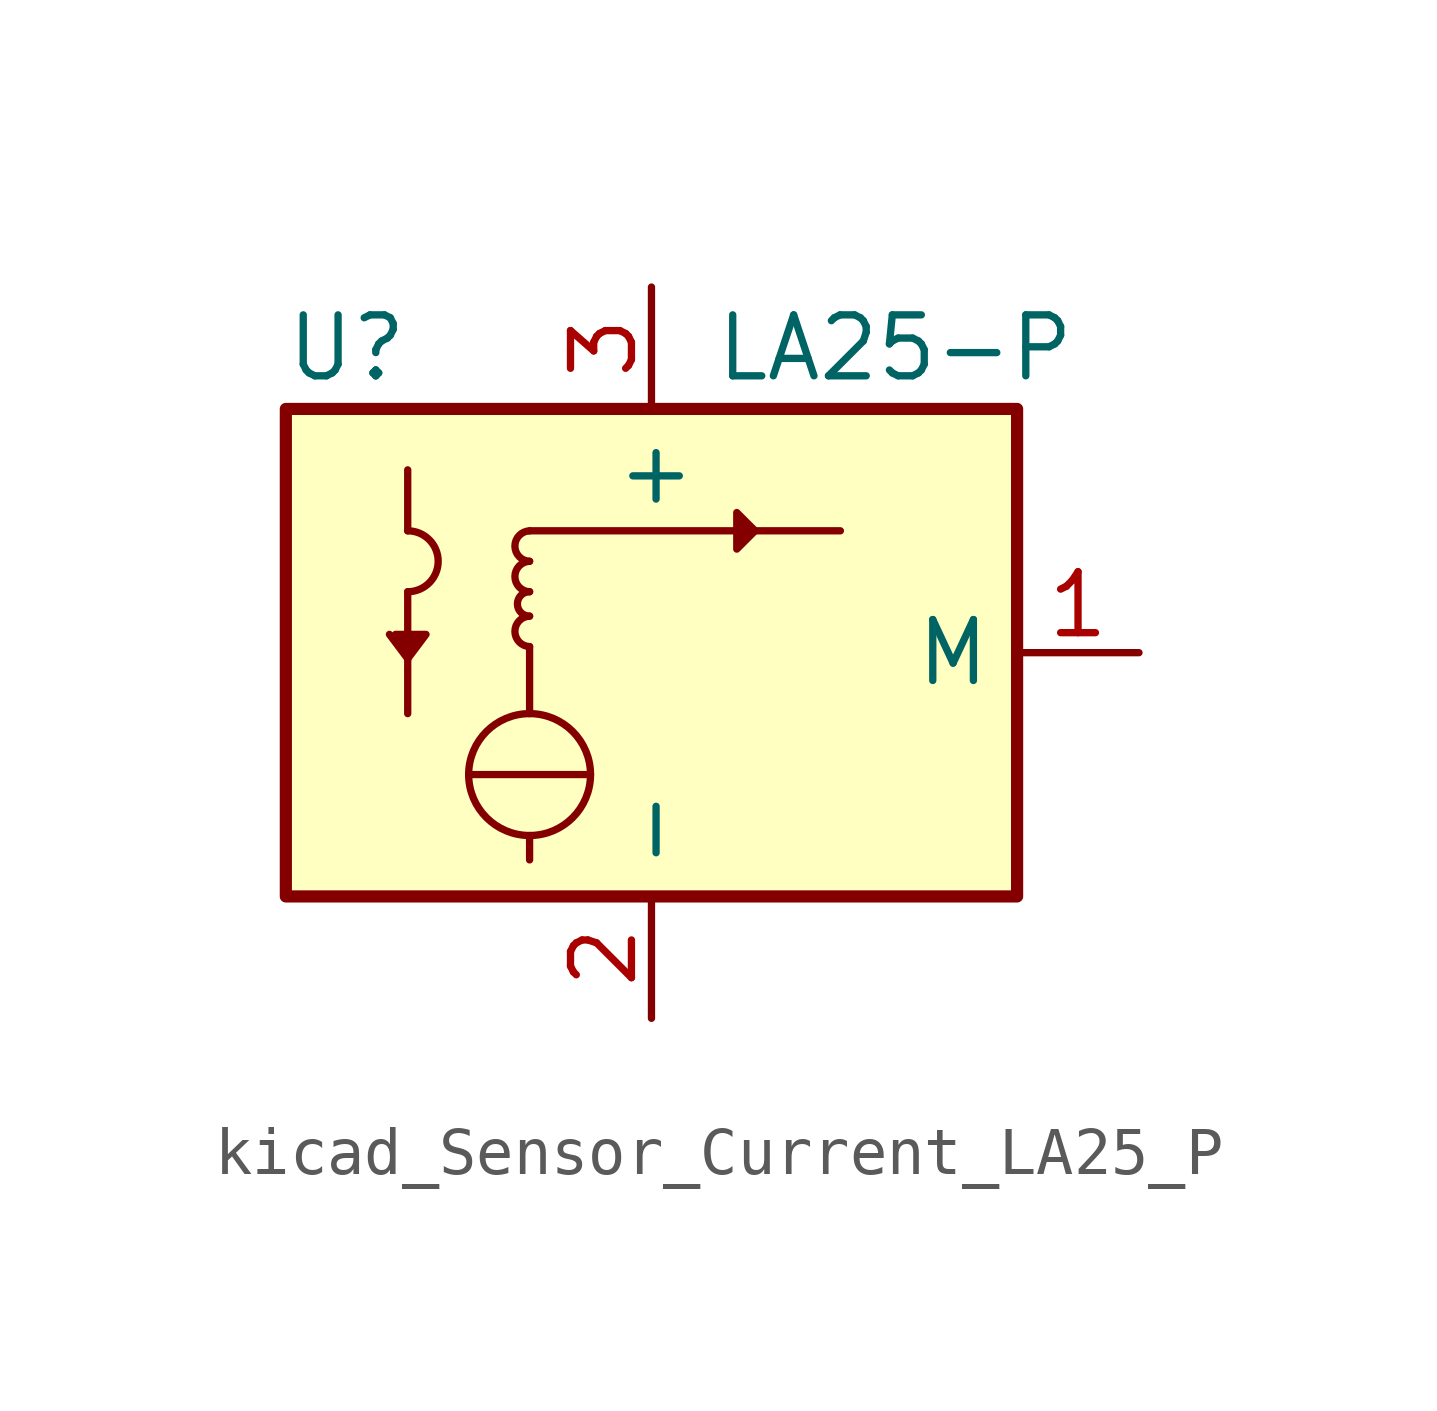
<source format=kicad_sym>
(kicad_symbol_lib
  (version 20220914)
  (generator kicad_symbol_editor)
  (symbol "kicad_Sensor_Current_LA25_P"
    (property "Reference" "U"
      (at -6.35 6.35 0)
      (effects (font (size 1.27 1.27))))
    (property "Value" "LA25-P"
      (at 5.08 6.35 0)
      (effects (font (size 1.27 1.27))))
    (symbol "kicad_Sensor_Current_LA25_P_0_1"
      (arc (start -5.08 1.27) (mid -4.4477 1.905) (end -5.08 2.54) (stroke (width 0) (type default)) (fill (type none)))
      (circle (center -2.54 -2.54) (radius 1.27) (stroke (width 0) (type default)) (fill (type none)))
      (arc (start -2.54 0.762) (mid -2.8448 0.4572) (end -2.54 0.127) (stroke (width 0) (type default)) (fill (type none)))
      (arc (start -2.54 1.27) (mid -2.7929 1.016) (end -2.54 0.762) (stroke (width 0) (type default)) (fill (type none)))
      (arc (start -2.54 1.905) (mid -2.8448 1.6002) (end -2.54 1.27) (stroke (width 0) (type default)) (fill (type none)))
      (arc (start -2.54 2.54) (mid -2.8448 2.2352) (end -2.54 1.905) (stroke (width 0) (type default)) (fill (type none)))
      (polyline (pts (xy -5.08 1.27) (xy -5.08 -1.27)) (stroke (width 0) (type default)) (fill (type none)))
      (polyline (pts (xy -5.08 3.81) (xy -5.08 2.54)) (stroke (width 0) (type default)) (fill (type none)))
      (polyline (pts (xy -3.81 -2.54) (xy -1.27 -2.54)) (stroke (width 0) (type default)) (fill (type none)))
      (polyline (pts (xy -2.54 -3.81) (xy -2.54 -4.318)) (stroke (width 0) (type default)) (fill (type none)))
      (polyline (pts (xy -2.54 -1.27) (xy -2.54 0.127)) (stroke (width 0) (type default)) (fill (type none)))
      (polyline (pts (xy -2.54 2.54) (xy 3.937 2.54)) (stroke (width 0) (type default)) (fill (type none)))
      (polyline (pts (xy -5.334 0.381) (xy -4.699 0.381) (xy -5.08 -0.127) (xy -5.461 0.381)) (stroke (width 0) (type default)) (fill (type outline)))
      (polyline (pts (xy 2.159 2.54) (xy 1.778 2.921) (xy 1.778 2.159) (xy 2.159 2.54)) (stroke (width 0) (type default)) (fill (type outline)))
      (rectangle (start 7.62 -5.08) (end -7.62 5.08) (stroke (width 0.254) (type default)) (fill (type background))))
    (symbol "kicad_Sensor_Current_LA25_P_1_1"
      (pin output line (at 10.16 0 180) (length 2.54) (name "M" (effects (font (size 1.27 1.27)))) (number "1" (effects (font (size 1.27 1.27)))))
      (pin power_in line (at 0 -7.62 90) (length 2.54) (name "-" (effects (font (size 1.27 1.27)))) (number "2" (effects (font (size 1.27 1.27)))))
      (pin power_in line (at 0 7.62 270) (length 2.54) (name "+" (effects (font (size 1.27 1.27)))) (number "3" (effects (font (size 1.27 1.27))))))))
</source>
